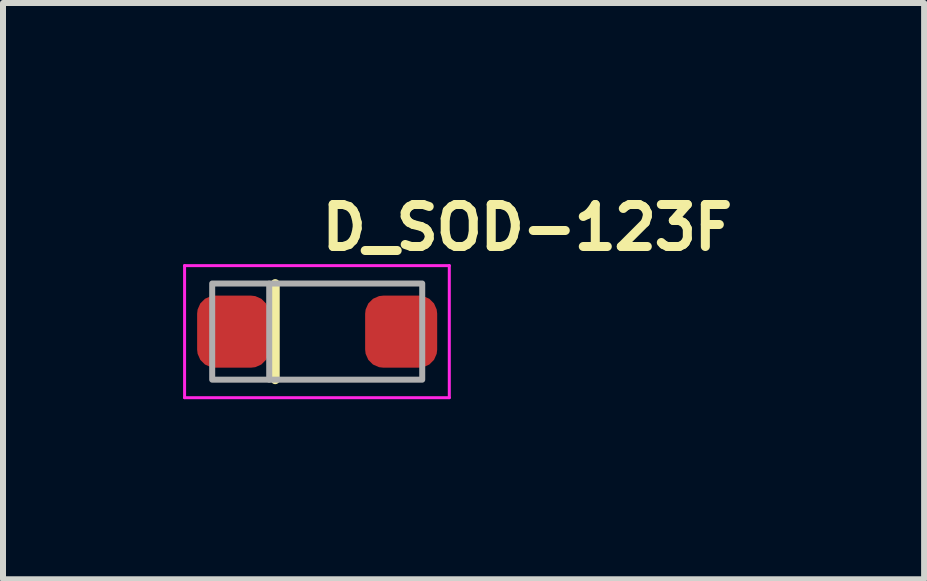
<source format=kicad_pcb>
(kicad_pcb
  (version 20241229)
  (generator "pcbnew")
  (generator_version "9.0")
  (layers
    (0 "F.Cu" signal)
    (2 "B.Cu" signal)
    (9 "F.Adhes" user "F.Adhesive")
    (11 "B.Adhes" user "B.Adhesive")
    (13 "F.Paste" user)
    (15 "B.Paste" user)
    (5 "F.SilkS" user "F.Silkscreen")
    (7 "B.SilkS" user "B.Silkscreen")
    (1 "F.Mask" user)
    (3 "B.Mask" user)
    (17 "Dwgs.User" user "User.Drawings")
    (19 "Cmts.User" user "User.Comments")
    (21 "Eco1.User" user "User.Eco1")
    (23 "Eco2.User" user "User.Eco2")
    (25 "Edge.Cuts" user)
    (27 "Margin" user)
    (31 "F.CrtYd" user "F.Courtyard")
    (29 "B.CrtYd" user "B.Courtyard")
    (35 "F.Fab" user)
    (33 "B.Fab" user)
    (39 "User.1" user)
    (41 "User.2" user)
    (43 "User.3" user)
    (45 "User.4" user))
  (footprint "D_SOD-123F"
    (layer "F.Cu")
    (at 2.235 2.475)
    (property "Reference" "D_SOD-123F" (at 0 -1.325 0) (layer "F.SilkS") (effects (font (size 0.7 0.7) (thickness 0.15)) (justify left bottom)))
    (attr smd)
    (fp_line (start -0.7 -0.8) (end -0.7 0.8) (stroke (width 0.15) (type solid)) (layer "F.SilkS"))
    (fp_line (start -2.21 1.1) (end -2.21 -1.1) (stroke (width 0.05) (type solid)) (layer "F.CrtYd"))
    (fp_line (start 2.2 -1.1) (end -2.21 -1.1) (stroke (width 0.05) (type solid)) (layer "F.CrtYd"))
    (fp_line (start 2.2 -1.1) (end 2.2 1.1) (stroke (width 0.05) (type solid)) (layer "F.CrtYd"))
    (fp_line (start 2.2 1.1) (end -2.21 1.1) (stroke (width 0.05) (type solid)) (layer "F.CrtYd"))
    (fp_line (start -0.8 -0.8) (end -0.8 0.8) (stroke (width 0.1) (type solid)) (layer "F.Fab"))
    (fp_rect (start -1.75 -0.802) (end 1.749 0.8) (stroke (width 0.1) (type solid)) (fill no) (layer "F.Fab"))
    (fp_rect (start -1.75 -0.802) (end 1.749 0.8) (stroke (width 0.1) (type solid)) (fill no) (layer "User.5"))
    (fp_line (start -1.75 -0.327) (end -1.75 0.325) (stroke (width 0.02) (type solid)) (layer "User.9"))
    (fp_line (start -1.75 0.325) (end -1.283 0.325) (stroke (width 0.02) (type solid)) (layer "User.9"))
    (fp_line (start -1.301 -0.74) (end -1.299 -0.743) (stroke (width 0.02) (type solid)) (layer "User.9"))
    (fp_line (start -1.301 -0.736) (end -1.301 -0.74) (stroke (width 0.02) (type solid)) (layer "User.9"))
    (fp_line (start -1.301 -0.733) (end -1.301 -0.736) (stroke (width 0.02) (type solid)) (layer "User.9"))
    (fp_line (start -1.301 -0.729) (end -1.301 -0.733) (stroke (width 0.02) (type solid)) (layer "User.9"))
    (fp_line (start -1.301 -0.726) (end -1.301 -0.729) (stroke (width 0.02) (type solid)) (layer "User.9"))
    (fp_line (start -1.301 -0.726) (end -1.301 -0.327) (stroke (width 0.02) (type solid)) (layer "User.9"))
    (fp_line (start -1.301 0.325) (end -1.301 0.724) (stroke (width 0.02) (type solid)) (layer "User.9"))
    (fp_line (start -1.301 0.727) (end -1.301 0.724) (stroke (width 0.02) (type solid)) (layer "User.9"))
    (fp_line (start -1.301 0.731) (end -1.301 0.727) (stroke (width 0.02) (type solid)) (layer "User.9"))
    (fp_line (start -1.301 0.734) (end -1.301 0.731) (stroke (width 0.02) (type solid)) (layer "User.9"))
    (fp_line (start -1.301 0.738) (end -1.301 0.734) (stroke (width 0.02) (type solid)) (layer "User.9"))
    (fp_line (start -1.299 -0.747) (end -1.297 -0.75) (stroke (width 0.02) (type solid)) (layer "User.9"))
    (fp_line (start -1.299 -0.743) (end -1.299 -0.747) (stroke (width 0.02) (type solid)) (layer "User.9"))
    (fp_line (start -1.299 0.741) (end -1.301 0.738) (stroke (width 0.02) (type solid)) (layer "User.9"))
    (fp_line (start -1.299 0.745) (end -1.299 0.741) (stroke (width 0.02) (type solid)) (layer "User.9"))
    (fp_line (start -1.297 -0.75) (end -1.295 -0.754) (stroke (width 0.02) (type solid)) (layer "User.9"))
    (fp_line (start -1.297 0.748) (end -1.299 0.745) (stroke (width 0.02) (type solid)) (layer "User.9"))
    (fp_line (start -1.295 -0.757) (end -1.293 -0.76) (stroke (width 0.02) (type solid)) (layer "User.9"))
    (fp_line (start -1.295 -0.754) (end -1.295 -0.757) (stroke (width 0.02) (type solid)) (layer "User.9"))
    (fp_line (start -1.295 0.752) (end -1.297 0.748) (stroke (width 0.02) (type solid)) (layer "User.9"))
    (fp_line (start -1.295 0.755) (end -1.295 0.752) (stroke (width 0.02) (type solid)) (layer "User.9"))
    (fp_line (start -1.293 -0.76) (end -1.291 -0.763) (stroke (width 0.02) (type solid)) (layer "User.9"))
    (fp_line (start -1.293 0.758) (end -1.295 0.755) (stroke (width 0.02) (type solid)) (layer "User.9"))
    (fp_line (start -1.291 -0.763) (end -1.289 -0.767) (stroke (width 0.02) (type solid)) (layer "User.9"))
    (fp_line (start -1.291 0.761) (end -1.293 0.758) (stroke (width 0.02) (type solid)) (layer "User.9"))
    (fp_line (start -1.289 -0.767) (end -1.287 -0.771) (stroke (width 0.02) (type solid)) (layer "User.9"))
    (fp_line (start -1.289 0.765) (end -1.291 0.761) (stroke (width 0.02) (type solid)) (layer "User.9"))
    (fp_line (start -1.287 -0.771) (end -1.283 -0.774) (stroke (width 0.02) (type solid)) (layer "User.9"))
    (fp_line (start -1.287 0.769) (end -1.289 0.765) (stroke (width 0.02) (type solid)) (layer "User.9"))
    (fp_line (start -1.283 -0.774) (end -1.281 -0.777) (stroke (width 0.02) (type solid)) (layer "User.9"))
    (fp_line (start -1.283 -0.327) (end -1.75 -0.327) (stroke (width 0.02) (type solid)) (layer "User.9"))
    (fp_line (start -1.283 0.325) (end -1.283 -0.327) (stroke (width 0.02) (type solid)) (layer "User.9"))
    (fp_line (start -1.283 0.772) (end -1.287 0.769) (stroke (width 0.02) (type solid)) (layer "User.9"))
    (fp_line (start -1.281 -0.777) (end -1.278 -0.779) (stroke (width 0.02) (type solid)) (layer "User.9"))
    (fp_line (start -1.281 0.775) (end -1.283 0.772) (stroke (width 0.02) (type solid)) (layer "User.9"))
    (fp_line (start -1.278 -0.779) (end -1.276 -0.782) (stroke (width 0.02) (type solid)) (layer "User.9"))
    (fp_line (start -1.278 0.777) (end -1.281 0.775) (stroke (width 0.02) (type solid)) (layer "User.9"))
    (fp_line (start -1.276 -0.782) (end -1.274 -0.784) (stroke (width 0.02) (type solid)) (layer "User.9"))
    (fp_line (start -1.276 0.78) (end -1.278 0.777) (stroke (width 0.02) (type solid)) (layer "User.9"))
    (fp_line (start -1.274 -0.784) (end -1.27 -0.787) (stroke (width 0.02) (type solid)) (layer "User.9"))
    (fp_line (start -1.274 0.782) (end -1.276 0.78) (stroke (width 0.02) (type solid)) (layer "User.9"))
    (fp_line (start -1.27 -0.787) (end -1.268 -0.789) (stroke (width 0.02) (type solid)) (layer "User.9"))
    (fp_line (start -1.27 0.785) (end -1.274 0.782) (stroke (width 0.02) (type solid)) (layer "User.9"))
    (fp_line (start -1.268 -0.789) (end -1.264 -0.791) (stroke (width 0.02) (type solid)) (layer "User.9"))
    (fp_line (start -1.268 0.787) (end -1.27 0.785) (stroke (width 0.02) (type solid)) (layer "User.9"))
    (fp_line (start -1.264 -0.791) (end -1.26 -0.793) (stroke (width 0.02) (type solid)) (layer "User.9"))
    (fp_line (start -1.264 0.789) (end -1.268 0.787) (stroke (width 0.02) (type solid)) (layer "User.9"))
    (fp_line (start -1.26 -0.793) (end -1.258 -0.795) (stroke (width 0.02) (type solid)) (layer "User.9"))
    (fp_line (start -1.26 0.791) (end -1.264 0.789) (stroke (width 0.02) (type solid)) (layer "User.9"))
    (fp_line (start -1.258 -0.795) (end -1.254 -0.796) (stroke (width 0.02) (type solid)) (layer "User.9"))
    (fp_line (start -1.258 0.793) (end -1.26 0.791) (stroke (width 0.02) (type solid)) (layer "User.9"))
    (fp_line (start -1.254 -0.796) (end -1.25 -0.798) (stroke (width 0.02) (type solid)) (layer "User.9"))
    (fp_line (start -1.254 0.794) (end -1.258 0.793) (stroke (width 0.02) (type solid)) (layer "User.9"))
    (fp_line (start -1.25 -0.798) (end -1.248 -0.799) (stroke (width 0.02) (type solid)) (layer "User.9"))
    (fp_line (start -1.25 0.796) (end -1.254 0.794) (stroke (width 0.02) (type solid)) (layer "User.9"))
    (fp_line (start -1.248 -0.799) (end -1.244 -0.8) (stroke (width 0.02) (type solid)) (layer "User.9"))
    (fp_line (start -1.248 0.797) (end -1.25 0.796) (stroke (width 0.02) (type solid)) (layer "User.9"))
    (fp_line (start -1.244 -0.8) (end -1.24 -0.801) (stroke (width 0.02) (type solid)) (layer "User.9"))
    (fp_line (start -1.244 0.798) (end -1.248 0.797) (stroke (width 0.02) (type solid)) (layer "User.9"))
    (fp_line (start -1.24 -0.801) (end -1.236 -0.801) (stroke (width 0.02) (type solid)) (layer "User.9"))
    (fp_line (start -1.24 0.799) (end -1.244 0.798) (stroke (width 0.02) (type solid)) (layer "User.9"))
    (fp_line (start -1.236 -0.801) (end -1.234 -0.802) (stroke (width 0.02) (type solid)) (layer "User.9"))
    (fp_line (start -1.236 0.799) (end -1.24 0.799) (stroke (width 0.02) (type solid)) (layer "User.9"))
    (fp_line (start -1.234 -0.802) (end -1.23 -0.802) (stroke (width 0.02) (type solid)) (layer "User.9"))
    (fp_line (start -1.234 0.8) (end -1.236 0.799) (stroke (width 0.02) (type solid)) (layer "User.9"))
    (fp_line (start -1.23 -0.802) (end -1.226 -0.802) (stroke (width 0.02) (type solid)) (layer "User.9"))
    (fp_line (start -1.23 0.8) (end -1.234 0.8) (stroke (width 0.02) (type solid)) (layer "User.9"))
    (fp_line (start -1.226 0.8) (end -1.23 0.8) (stroke (width 0.02) (type solid)) (layer "User.9"))
    (fp_line (start -1.226 0.8) (end 1.225 0.8) (stroke (width 0.02) (type solid)) (layer "User.9"))
    (fp_line (start 1.225 -0.802) (end -1.226 -0.802) (stroke (width 0.02) (type solid)) (layer "User.9"))
    (fp_line (start 1.225 -0.802) (end 1.227 -0.802) (stroke (width 0.02) (type solid)) (layer "User.9"))
    (fp_line (start 1.227 -0.802) (end 1.231 -0.802) (stroke (width 0.02) (type solid)) (layer "User.9"))
    (fp_line (start 1.227 0.8) (end 1.225 0.8) (stroke (width 0.02) (type solid)) (layer "User.9"))
    (fp_line (start 1.231 -0.802) (end 1.235 -0.801) (stroke (width 0.02) (type solid)) (layer "User.9"))
    (fp_line (start 1.231 0.8) (end 1.227 0.8) (stroke (width 0.02) (type solid)) (layer "User.9"))
    (fp_line (start 1.235 -0.801) (end 1.239 -0.801) (stroke (width 0.02) (type solid)) (layer "User.9"))
    (fp_line (start 1.235 0.799) (end 1.231 0.8) (stroke (width 0.02) (type solid)) (layer "User.9"))
    (fp_line (start 1.239 -0.801) (end 1.241 -0.8) (stroke (width 0.02) (type solid)) (layer "User.9"))
    (fp_line (start 1.239 0.799) (end 1.235 0.799) (stroke (width 0.02) (type solid)) (layer "User.9"))
    (fp_line (start 1.241 -0.8) (end 1.245 -0.799) (stroke (width 0.02) (type solid)) (layer "User.9"))
    (fp_line (start 1.241 0.798) (end 1.239 0.799) (stroke (width 0.02) (type solid)) (layer "User.9"))
    (fp_line (start 1.245 -0.799) (end 1.249 -0.798) (stroke (width 0.02) (type solid)) (layer "User.9"))
    (fp_line (start 1.245 0.797) (end 1.241 0.798) (stroke (width 0.02) (type solid)) (layer "User.9"))
    (fp_line (start 1.249 -0.798) (end 1.253 -0.796) (stroke (width 0.02) (type solid)) (layer "User.9"))
    (fp_line (start 1.249 0.796) (end 1.245 0.797) (stroke (width 0.02) (type solid)) (layer "User.9"))
    (fp_line (start 1.253 -0.796) (end 1.255 -0.795) (stroke (width 0.02) (type solid)) (layer "User.9"))
    (fp_line (start 1.253 0.794) (end 1.249 0.796) (stroke (width 0.02) (type solid)) (layer "User.9"))
    (fp_line (start 1.255 -0.795) (end 1.259 -0.793) (stroke (width 0.02) (type solid)) (layer "User.9"))
    (fp_line (start 1.255 0.793) (end 1.253 0.794) (stroke (width 0.02) (type solid)) (layer "User.9"))
    (fp_line (start 1.259 -0.793) (end 1.261 -0.791) (stroke (width 0.02) (type solid)) (layer "User.9"))
    (fp_line (start 1.259 0.791) (end 1.255 0.793) (stroke (width 0.02) (type solid)) (layer "User.9"))
    (fp_line (start 1.261 -0.791) (end 1.265 -0.789) (stroke (width 0.02) (type solid)) (layer "User.9"))
    (fp_line (start 1.261 0.789) (end 1.259 0.791) (stroke (width 0.02) (type solid)) (layer "User.9"))
    (fp_line (start 1.265 -0.789) (end 1.269 -0.787) (stroke (width 0.02) (type solid)) (layer "User.9"))
    (fp_line (start 1.265 0.787) (end 1.261 0.789) (stroke (width 0.02) (type solid)) (layer "User.9"))
    (fp_line (start 1.269 -0.787) (end 1.271 -0.784) (stroke (width 0.02) (type solid)) (layer "User.9"))
    (fp_line (start 1.269 0.785) (end 1.265 0.787) (stroke (width 0.02) (type solid)) (layer "User.9"))
    (fp_line (start 1.271 -0.784) (end 1.275 -0.782) (stroke (width 0.02) (type solid)) (layer "User.9"))
    (fp_line (start 1.271 0.782) (end 1.269 0.785) (stroke (width 0.02) (type solid)) (layer "User.9"))
    (fp_line (start 1.275 -0.782) (end 1.277 -0.779) (stroke (width 0.02) (type solid)) (layer "User.9"))
    (fp_line (start 1.275 0.78) (end 1.271 0.782) (stroke (width 0.02) (type solid)) (layer "User.9"))
    (fp_line (start 1.277 -0.779) (end 1.28 -0.777) (stroke (width 0.02) (type solid)) (layer "User.9"))
    (fp_line (start 1.277 0.777) (end 1.275 0.78) (stroke (width 0.02) (type solid)) (layer "User.9"))
    (fp_line (start 1.28 -0.777) (end 1.282 -0.774) (stroke (width 0.02) (type solid)) (layer "User.9"))
    (fp_line (start 1.28 0.775) (end 1.277 0.777) (stroke (width 0.02) (type solid)) (layer "User.9"))
    (fp_line (start 1.282 -0.774) (end 1.284 -0.771) (stroke (width 0.02) (type solid)) (layer "User.9"))
    (fp_line (start 1.282 -0.327) (end 1.282 0.325) (stroke (width 0.02) (type solid)) (layer "User.9"))
    (fp_line (start 1.282 0.325) (end 1.749 0.325) (stroke (width 0.02) (type solid)) (layer "User.9"))
    (fp_line (start 1.282 0.772) (end 1.28 0.775) (stroke (width 0.02) (type solid)) (layer "User.9"))
    (fp_line (start 1.284 -0.771) (end 1.286 -0.767) (stroke (width 0.02) (type solid)) (layer "User.9"))
    (fp_line (start 1.284 0.769) (end 1.282 0.772) (stroke (width 0.02) (type solid)) (layer "User.9"))
    (fp_line (start 1.286 -0.767) (end 1.288 -0.763) (stroke (width 0.02) (type solid)) (layer "User.9"))
    (fp_line (start 1.286 0.765) (end 1.284 0.769) (stroke (width 0.02) (type solid)) (layer "User.9"))
    (fp_line (start 1.288 -0.763) (end 1.29 -0.76) (stroke (width 0.02) (type solid)) (layer "User.9"))
    (fp_line (start 1.288 0.761) (end 1.286 0.765) (stroke (width 0.02) (type solid)) (layer "User.9"))
    (fp_line (start 1.29 -0.76) (end 1.292 -0.757) (stroke (width 0.02) (type solid)) (layer "User.9"))
    (fp_line (start 1.29 0.758) (end 1.288 0.761) (stroke (width 0.02) (type solid)) (layer "User.9"))
    (fp_line (start 1.292 -0.757) (end 1.294 -0.754) (stroke (width 0.02) (type solid)) (layer "User.9"))
    (fp_line (start 1.292 0.755) (end 1.29 0.758) (stroke (width 0.02) (type solid)) (layer "User.9"))
    (fp_line (start 1.294 -0.754) (end 1.296 -0.75) (stroke (width 0.02) (type solid)) (layer "User.9"))
    (fp_line (start 1.294 0.752) (end 1.292 0.755) (stroke (width 0.02) (type solid)) (layer "User.9"))
    (fp_line (start 1.296 -0.75) (end 1.296 -0.747) (stroke (width 0.02) (type solid)) (layer "User.9"))
    (fp_line (start 1.296 -0.747) (end 1.298 -0.743) (stroke (width 0.02) (type solid)) (layer "User.9"))
    (fp_line (start 1.296 0.745) (end 1.296 0.748) (stroke (width 0.02) (type solid)) (layer "User.9"))
    (fp_line (start 1.296 0.748) (end 1.294 0.752) (stroke (width 0.02) (type solid)) (layer "User.9"))
    (fp_line (start 1.298 -0.743) (end 1.298 -0.74) (stroke (width 0.02) (type solid)) (layer "User.9"))
    (fp_line (start 1.298 -0.74) (end 1.298 -0.736) (stroke (width 0.02) (type solid)) (layer "User.9"))
    (fp_line (start 1.298 -0.736) (end 1.3 -0.733) (stroke (width 0.02) (type solid)) (layer "User.9"))
    (fp_line (start 1.298 0.734) (end 1.298 0.738) (stroke (width 0.02) (type solid)) (layer "User.9"))
    (fp_line (start 1.298 0.738) (end 1.298 0.741) (stroke (width 0.02) (type solid)) (layer "User.9"))
    (fp_line (start 1.298 0.741) (end 1.296 0.745) (stroke (width 0.02) (type solid)) (layer "User.9"))
    (fp_line (start 1.3 -0.733) (end 1.3 -0.729) (stroke (width 0.02) (type solid)) (layer "User.9"))
    (fp_line (start 1.3 -0.729) (end 1.3 -0.726) (stroke (width 0.02) (type solid)) (layer "User.9"))
    (fp_line (start 1.3 -0.327) (end 1.3 -0.726) (stroke (width 0.02) (type solid)) (layer "User.9"))
    (fp_line (start 1.3 0.724) (end 1.3 0.325) (stroke (width 0.02) (type solid)) (layer "User.9"))
    (fp_line (start 1.3 0.724) (end 1.3 0.727) (stroke (width 0.02) (type solid)) (layer "User.9"))
    (fp_line (start 1.3 0.727) (end 1.3 0.731) (stroke (width 0.02) (type solid)) (layer "User.9"))
    (fp_line (start 1.3 0.731) (end 1.298 0.734) (stroke (width 0.02) (type solid)) (layer "User.9"))
    (fp_line (start 1.749 -0.327) (end 1.282 -0.327) (stroke (width 0.02) (type solid)) (layer "User.9"))
    (fp_line (start 1.749 0.325) (end 1.749 -0.327) (stroke (width 0.02) (type solid)) (layer "User.9"))
    (pad "A" smd roundrect (at 1.398 0) (size 1.2 1.2) (layers "F.Cu" "F.Mask" "F.Paste") (roundrect_rratio 0.25))
    (pad "K" smd roundrect (at -1.401 0) (size 1.2 1.2) (layers "F.Cu" "F.Mask" "F.Paste") (roundrect_rratio 0.25)))
  (gr_rect
    (start -3 -3)
    (end 12.345 6.6)
    (stroke (width 0.1) (type default))
    (fill no)
    (layer "Edge.Cuts")))
</source>
